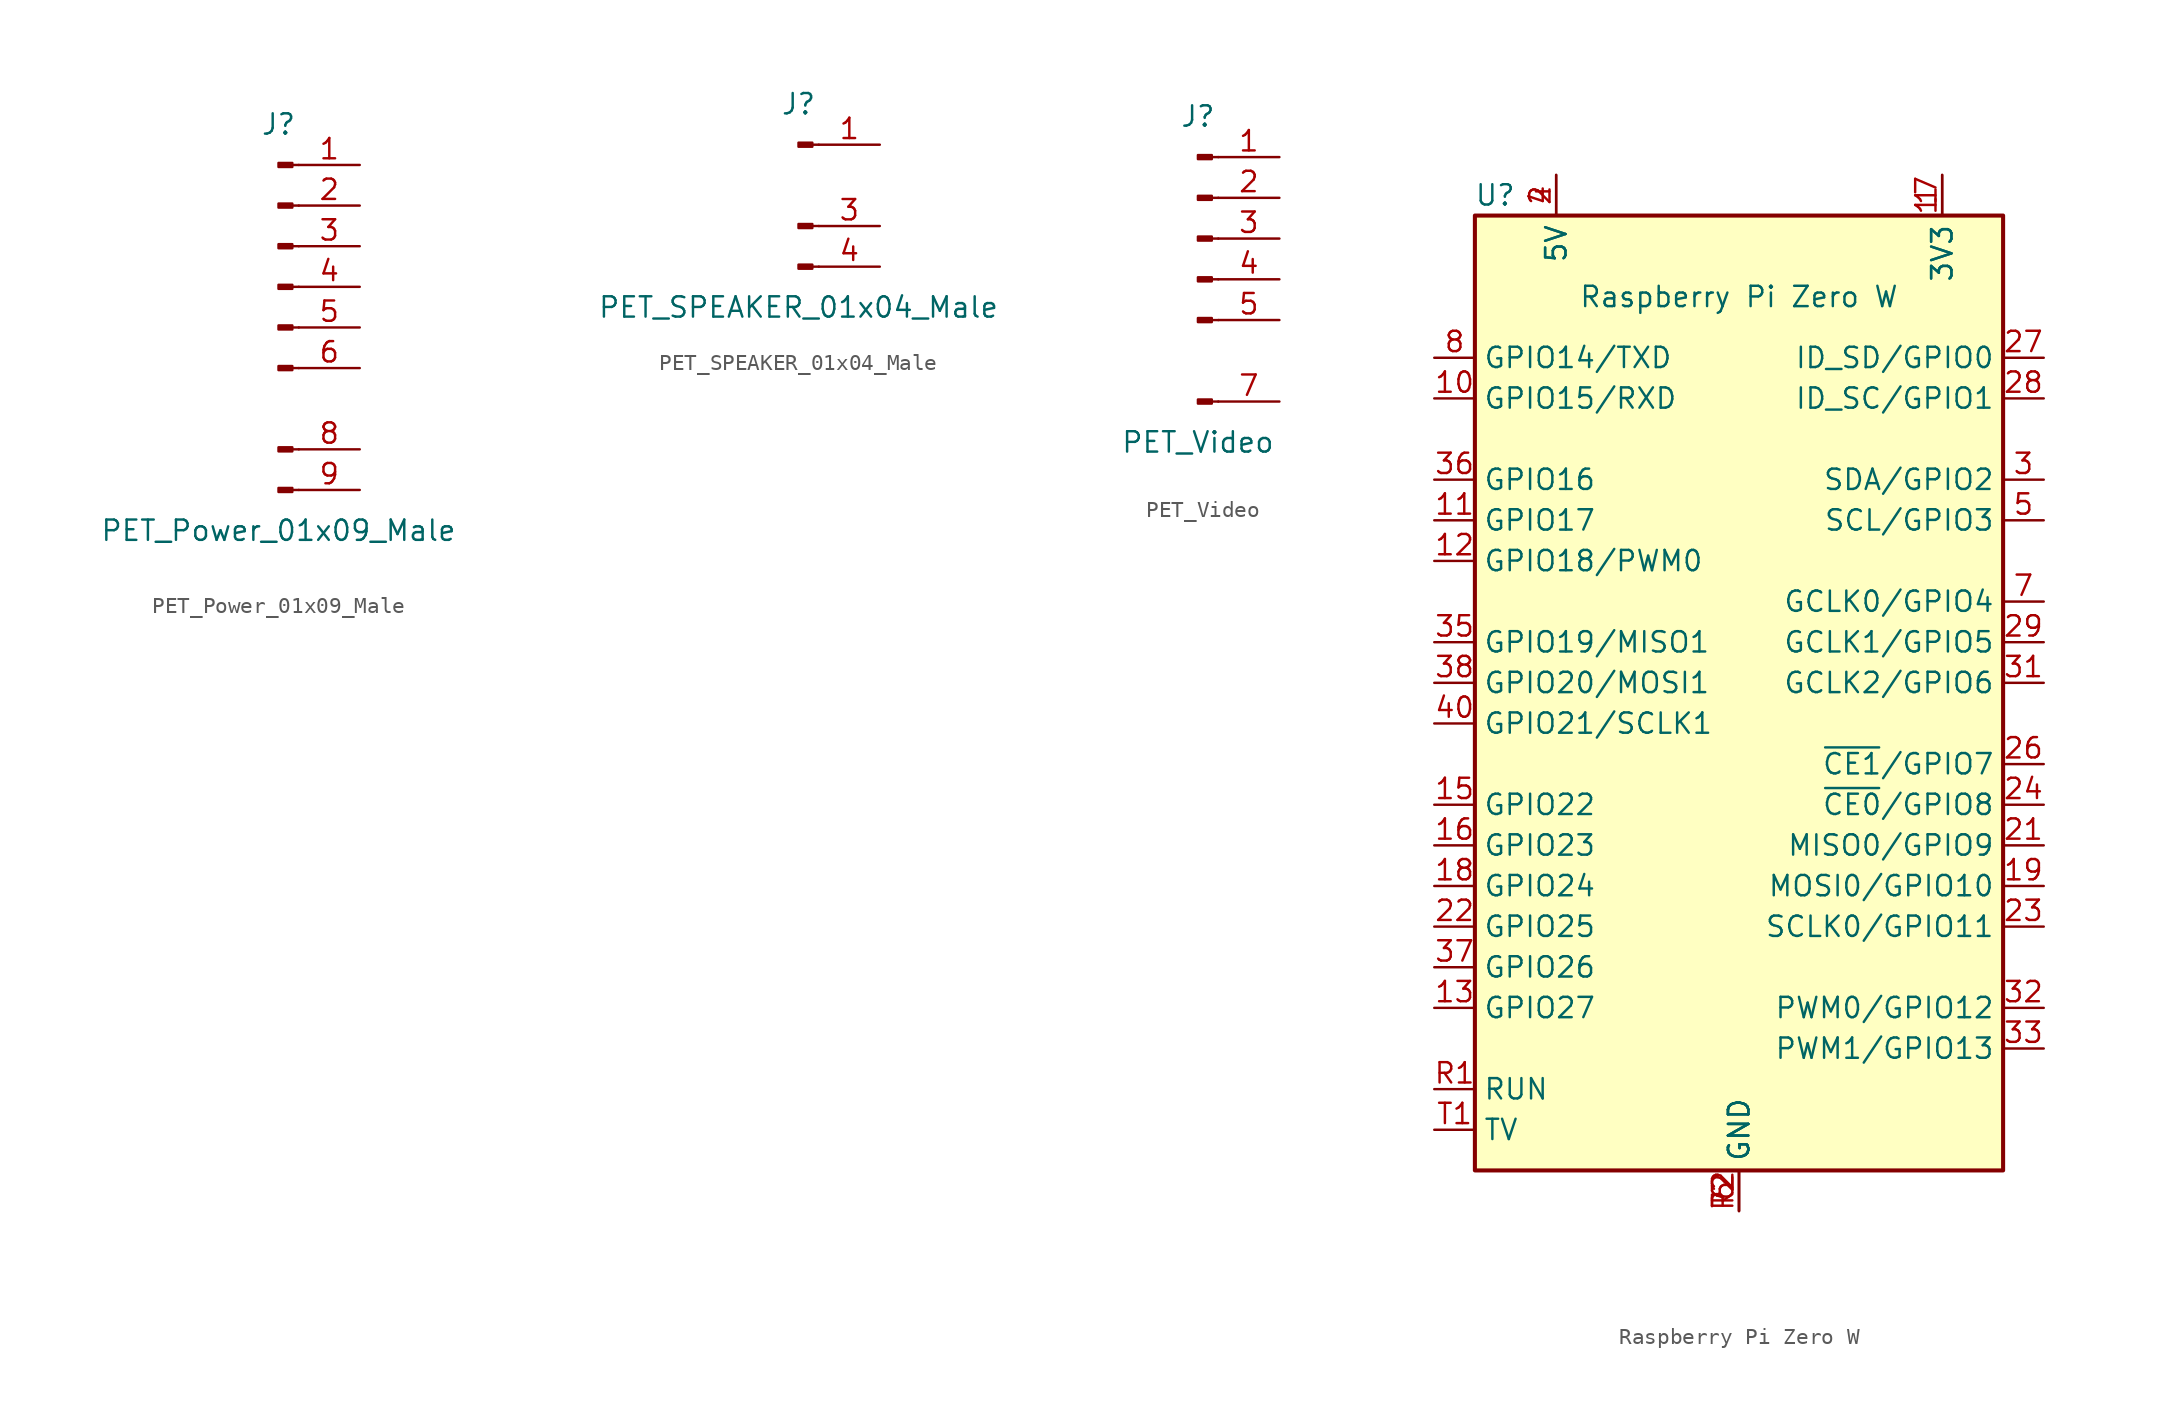
<source format=kicad_sym>
(kicad_symbol_lib
  (version 20211014)
  (generator kicad_symbol_editor)
  (symbol "PET_Power_01x09_Male"
    (pin_names
      (offset 1.016) hide)
    (property "Reference" "J"
      (at 0 12.7 0)
      (effects (font (size 1.27 1.27))))
    (property "Value" "PET_Power_01x09_Male"
      (at 0 -12.7 0)
      (effects (font (size 1.27 1.27))))
    (symbol "PET_Power_01x09_Male_1_1"
      (polyline (pts (xy 1.27 -10.16) (xy 0.864 -10.16)) (stroke (width 0.152) (type default) (color 0 0 0 0)) (fill (type none)))
      (polyline (pts (xy 1.27 -7.62) (xy 0.864 -7.62)) (stroke (width 0.152) (type default) (color 0 0 0 0)) (fill (type none)))
      (polyline (pts (xy 1.27 -2.54) (xy 0.864 -2.54)) (stroke (width 0.152) (type default) (color 0 0 0 0)) (fill (type none)))
      (polyline (pts (xy 1.27 0) (xy 0.864 0)) (stroke (width 0.152) (type default) (color 0 0 0 0)) (fill (type none)))
      (polyline (pts (xy 1.27 2.54) (xy 0.864 2.54)) (stroke (width 0.152) (type default) (color 0 0 0 0)) (fill (type none)))
      (polyline (pts (xy 1.27 5.08) (xy 0.864 5.08)) (stroke (width 0.152) (type default) (color 0 0 0 0)) (fill (type none)))
      (polyline (pts (xy 1.27 7.62) (xy 0.864 7.62)) (stroke (width 0.152) (type default) (color 0 0 0 0)) (fill (type none)))
      (polyline (pts (xy 1.27 10.16) (xy 0.864 10.16)) (stroke (width 0.152) (type default) (color 0 0 0 0)) (fill (type none)))
      (rectangle (start 0.864 -10.033) (end 0 -10.287) (stroke (width 0.152) (type default) (color 0 0 0 0)) (fill (type outline)))
      (rectangle (start 0.864 -7.493) (end 0 -7.747) (stroke (width 0.152) (type default) (color 0 0 0 0)) (fill (type outline)))
      (rectangle (start 0.864 -2.413) (end 0 -2.667) (stroke (width 0.152) (type default) (color 0 0 0 0)) (fill (type outline)))
      (rectangle (start 0.864 0.127) (end 0 -0.127) (stroke (width 0.152) (type default) (color 0 0 0 0)) (fill (type outline)))
      (rectangle (start 0.864 2.667) (end 0 2.413) (stroke (width 0.152) (type default) (color 0 0 0 0)) (fill (type outline)))
      (rectangle (start 0.864 5.207) (end 0 4.953) (stroke (width 0.152) (type default) (color 0 0 0 0)) (fill (type outline)))
      (rectangle (start 0.864 7.747) (end 0 7.493) (stroke (width 0.152) (type default) (color 0 0 0 0)) (fill (type outline)))
      (rectangle (start 0.864 10.287) (end 0 10.033) (stroke (width 0.152) (type default) (color 0 0 0 0)) (fill (type outline)))
      (pin passive line (at 5.08 10.16 180) (length 3.81) (name "Pin_1" (effects (font (size 1.27 1.27)))) (number "1" (effects (font (size 1.27 1.27)))))
      (pin passive line (at 5.08 7.62 180) (length 3.81) (name "Pin_2" (effects (font (size 1.27 1.27)))) (number "2" (effects (font (size 1.27 1.27)))))
      (pin passive line (at 5.08 5.08 180) (length 3.81) (name "Pin_3" (effects (font (size 1.27 1.27)))) (number "3" (effects (font (size 1.27 1.27)))))
      (pin passive line (at 5.08 2.54 180) (length 3.81) (name "Pin_4" (effects (font (size 1.27 1.27)))) (number "4" (effects (font (size 1.27 1.27)))))
      (pin passive line (at 5.08 0 180) (length 3.81) (name "Pin_5" (effects (font (size 1.27 1.27)))) (number "5" (effects (font (size 1.27 1.27)))))
      (pin passive line (at 5.08 -2.54 180) (length 3.81) (name "Pin_6" (effects (font (size 1.27 1.27)))) (number "6" (effects (font (size 1.27 1.27)))))
      (pin passive line (at 5.08 -7.62 180) (length 3.81) (name "Pin_8" (effects (font (size 1.27 1.27)))) (number "8" (effects (font (size 1.27 1.27)))))
      (pin passive line (at 5.08 -10.16 180) (length 3.81) (name "Pin_9" (effects (font (size 1.27 1.27)))) (number "9" (effects (font (size 1.27 1.27)))))))
  (symbol "PET_SPEAKER_01x04_Male"
    (pin_names
      (offset 1.016) hide)
    (property "Reference" "J"
      (at 0 5.08 0)
      (effects (font (size 1.27 1.27))))
    (property "Value" "PET_SPEAKER_01x04_Male"
      (at 0 -7.62 0)
      (effects (font (size 1.27 1.27))))
    (symbol "PET_SPEAKER_01x04_Male_1_1"
      (polyline (pts (xy 1.27 -5.08) (xy 0.864 -5.08)) (stroke (width 0.152) (type default) (color 0 0 0 0)) (fill (type none)))
      (polyline (pts (xy 1.27 -2.54) (xy 0.864 -2.54)) (stroke (width 0.152) (type default) (color 0 0 0 0)) (fill (type none)))
      (polyline (pts (xy 1.27 2.54) (xy 0.864 2.54)) (stroke (width 0.152) (type default) (color 0 0 0 0)) (fill (type none)))
      (rectangle (start 0.864 -4.953) (end 0 -5.207) (stroke (width 0.152) (type default) (color 0 0 0 0)) (fill (type outline)))
      (rectangle (start 0.864 -2.413) (end 0 -2.667) (stroke (width 0.152) (type default) (color 0 0 0 0)) (fill (type outline)))
      (rectangle (start 0.864 2.667) (end 0 2.413) (stroke (width 0.152) (type default) (color 0 0 0 0)) (fill (type outline)))
      (pin passive line (at 5.08 2.54 180) (length 3.81) (name "Pin_1" (effects (font (size 1.27 1.27)))) (number "1" (effects (font (size 1.27 1.27)))))
      (pin passive line (at 5.08 -2.54 180) (length 3.81) (name "Pin_3" (effects (font (size 1.27 1.27)))) (number "3" (effects (font (size 1.27 1.27)))))
      (pin passive line (at 5.08 -5.08 180) (length 3.81) (name "Pin_4" (effects (font (size 1.27 1.27)))) (number "4" (effects (font (size 1.27 1.27)))))))
  (symbol "PET_Video"
    (pin_names
      (offset 1.016) hide)
    (property "Reference" "J"
      (at 0 10.16 0)
      (effects (font (size 1.27 1.27))))
    (property "Value" "PET_Video"
      (at 0 -10.16 0)
      (effects (font (size 1.27 1.27))))
    (symbol "PET_Video_1_1"
      (polyline (pts (xy 1.27 -7.62) (xy 0.864 -7.62)) (stroke (width 0.152) (type default) (color 0 0 0 0)) (fill (type none)))
      (polyline (pts (xy 1.27 -2.54) (xy 0.864 -2.54)) (stroke (width 0.152) (type default) (color 0 0 0 0)) (fill (type none)))
      (polyline (pts (xy 1.27 0) (xy 0.864 0)) (stroke (width 0.152) (type default) (color 0 0 0 0)) (fill (type none)))
      (polyline (pts (xy 1.27 2.54) (xy 0.864 2.54)) (stroke (width 0.152) (type default) (color 0 0 0 0)) (fill (type none)))
      (polyline (pts (xy 1.27 5.08) (xy 0.864 5.08)) (stroke (width 0.152) (type default) (color 0 0 0 0)) (fill (type none)))
      (polyline (pts (xy 1.27 7.62) (xy 0.864 7.62)) (stroke (width 0.152) (type default) (color 0 0 0 0)) (fill (type none)))
      (rectangle (start 0.864 -7.493) (end 0 -7.747) (stroke (width 0.152) (type default) (color 0 0 0 0)) (fill (type outline)))
      (rectangle (start 0.864 -2.413) (end 0 -2.667) (stroke (width 0.152) (type default) (color 0 0 0 0)) (fill (type outline)))
      (rectangle (start 0.864 0.127) (end 0 -0.127) (stroke (width 0.152) (type default) (color 0 0 0 0)) (fill (type outline)))
      (rectangle (start 0.864 2.667) (end 0 2.413) (stroke (width 0.152) (type default) (color 0 0 0 0)) (fill (type outline)))
      (rectangle (start 0.864 5.207) (end 0 4.953) (stroke (width 0.152) (type default) (color 0 0 0 0)) (fill (type outline)))
      (rectangle (start 0.864 7.747) (end 0 7.493) (stroke (width 0.152) (type default) (color 0 0 0 0)) (fill (type outline)))
      (pin passive line (at 5.08 7.62 180) (length 3.81) (name "Pin_1" (effects (font (size 1.27 1.27)))) (number "1" (effects (font (size 1.27 1.27)))))
      (pin passive line (at 5.08 5.08 180) (length 3.81) (name "Pin_2" (effects (font (size 1.27 1.27)))) (number "2" (effects (font (size 1.27 1.27)))))
      (pin output line (at 5.08 2.54 180) (length 3.81) (name "VERT" (effects (font (size 1.27 1.27)))) (number "3" (effects (font (size 1.27 1.27)))))
      (pin passive line (at 5.08 0 180) (length 3.81) (name "Pin_4" (effects (font (size 1.27 1.27)))) (number "4" (effects (font (size 1.27 1.27)))))
      (pin output line (at 5.08 -2.54 180) (length 3.81) (name "HORIZ" (effects (font (size 1.27 1.27)))) (number "5" (effects (font (size 1.27 1.27)))))
      (pin output line (at 5.08 -7.62 180) (length 3.81) (name "~VIDEO" (effects (font (size 1.27 1.27)))) (number "7" (effects (font (size 1.27 1.27)))))))
  (symbol "Raspberry Pi Zero W"
    (property "Reference" "U"
      (at -15.24 29.21 0)
      (effects (font (size 1.27 1.27))))
    (property "Value" "Raspberry Pi Zero W"
      (at 0 22.86 0)
      (effects (font (size 1.27 1.27))))
    (symbol "Raspberry Pi Zero W_0_1"
      (rectangle (start -16.51 27.94) (end 16.51 -31.75) (stroke (width 0.254) (type default) (color 0 0 0 0)) (fill (type background))))
    (symbol "Raspberry Pi Zero W_1_1"
      (pin power_out line (at 12.7 30.48 270) (length 2.54) (name "3V3" (effects (font (size 1.27 1.27)))) (number "1" (effects (font (size 1.27 1.27)))))
      (pin bidirectional line (at -19.05 16.51 0) (length 2.54) (name "GPIO15/RXD" (effects (font (size 1.27 1.27)))) (number "10" (effects (font (size 1.27 1.27)))))
      (pin bidirectional line (at -19.05 8.89 0) (length 2.54) (name "GPIO17" (effects (font (size 1.27 1.27)))) (number "11" (effects (font (size 1.27 1.27)))))
      (pin bidirectional line (at -19.05 6.35 0) (length 2.54) (name "GPIO18/PWM0" (effects (font (size 1.27 1.27)))) (number "12" (effects (font (size 1.27 1.27)))))
      (pin bidirectional line (at -19.05 -21.59 0) (length 2.54) (name "GPIO27" (effects (font (size 1.27 1.27)))) (number "13" (effects (font (size 1.27 1.27)))))
      (pin passive line (at 0 -34.29 90) (length 2.54) hide (name "GND" (effects (font (size 1.27 1.27)))) (number "14" (effects (font (size 1.27 1.27)))))
      (pin bidirectional line (at -19.05 -8.89 0) (length 2.54) (name "GPIO22" (effects (font (size 1.27 1.27)))) (number "15" (effects (font (size 1.27 1.27)))))
      (pin bidirectional line (at -19.05 -11.43 0) (length 2.54) (name "GPIO23" (effects (font (size 1.27 1.27)))) (number "16" (effects (font (size 1.27 1.27)))))
      (pin passive line (at 12.7 30.48 270) (length 2.54) (name "3V3" (effects (font (size 1.27 1.27)))) (number "17" (effects (font (size 1.27 1.27)))))
      (pin bidirectional line (at -19.05 -13.97 0) (length 2.54) (name "GPIO24" (effects (font (size 1.27 1.27)))) (number "18" (effects (font (size 1.27 1.27)))))
      (pin bidirectional line (at 19.05 -13.97 180) (length 2.54) (name "MOSI0/GPIO10" (effects (font (size 1.27 1.27)))) (number "19" (effects (font (size 1.27 1.27)))))
      (pin power_in line (at -11.43 30.48 270) (length 2.54) (name "5V" (effects (font (size 1.27 1.27)))) (number "2" (effects (font (size 1.27 1.27)))))
      (pin passive line (at 0 -34.29 90) (length 2.54) hide (name "GND" (effects (font (size 1.27 1.27)))) (number "20" (effects (font (size 1.27 1.27)))))
      (pin bidirectional line (at 19.05 -11.43 180) (length 2.54) (name "MISO0/GPIO9" (effects (font (size 1.27 1.27)))) (number "21" (effects (font (size 1.27 1.27)))))
      (pin bidirectional line (at -19.05 -16.51 0) (length 2.54) (name "GPIO25" (effects (font (size 1.27 1.27)))) (number "22" (effects (font (size 1.27 1.27)))))
      (pin bidirectional line (at 19.05 -16.51 180) (length 2.54) (name "SCLK0/GPIO11" (effects (font (size 1.27 1.27)))) (number "23" (effects (font (size 1.27 1.27)))))
      (pin bidirectional line (at 19.05 -8.89 180) (length 2.54) (name "~{CE0}/GPIO8" (effects (font (size 1.27 1.27)))) (number "24" (effects (font (size 1.27 1.27)))))
      (pin passive line (at 0 -34.29 90) (length 2.54) hide (name "GND" (effects (font (size 1.27 1.27)))) (number "25" (effects (font (size 1.27 1.27)))))
      (pin bidirectional line (at 19.05 -6.35 180) (length 2.54) (name "~{CE1}/GPIO7" (effects (font (size 1.27 1.27)))) (number "26" (effects (font (size 1.27 1.27)))))
      (pin bidirectional line (at 19.05 19.05 180) (length 2.54) (name "ID_SD/GPIO0" (effects (font (size 1.27 1.27)))) (number "27" (effects (font (size 1.27 1.27)))))
      (pin bidirectional line (at 19.05 16.51 180) (length 2.54) (name "ID_SC/GPIO1" (effects (font (size 1.27 1.27)))) (number "28" (effects (font (size 1.27 1.27)))))
      (pin bidirectional line (at 19.05 1.27 180) (length 2.54) (name "GCLK1/GPIO5" (effects (font (size 1.27 1.27)))) (number "29" (effects (font (size 1.27 1.27)))))
      (pin bidirectional line (at 19.05 11.43 180) (length 2.54) (name "SDA/GPIO2" (effects (font (size 1.27 1.27)))) (number "3" (effects (font (size 1.27 1.27)))))
      (pin passive line (at 0 -34.29 90) (length 2.54) hide (name "GND" (effects (font (size 1.27 1.27)))) (number "30" (effects (font (size 1.27 1.27)))))
      (pin bidirectional line (at 19.05 -1.27 180) (length 2.54) (name "GCLK2/GPIO6" (effects (font (size 1.27 1.27)))) (number "31" (effects (font (size 1.27 1.27)))))
      (pin bidirectional line (at 19.05 -21.59 180) (length 2.54) (name "PWM0/GPIO12" (effects (font (size 1.27 1.27)))) (number "32" (effects (font (size 1.27 1.27)))))
      (pin bidirectional line (at 19.05 -24.13 180) (length 2.54) (name "PWM1/GPIO13" (effects (font (size 1.27 1.27)))) (number "33" (effects (font (size 1.27 1.27)))))
      (pin passive line (at 0 -34.29 90) (length 2.54) hide (name "GND" (effects (font (size 1.27 1.27)))) (number "34" (effects (font (size 1.27 1.27)))))
      (pin bidirectional line (at -19.05 1.27 0) (length 2.54) (name "GPIO19/MISO1" (effects (font (size 1.27 1.27)))) (number "35" (effects (font (size 1.27 1.27)))))
      (pin bidirectional line (at -19.05 11.43 0) (length 2.54) (name "GPIO16" (effects (font (size 1.27 1.27)))) (number "36" (effects (font (size 1.27 1.27)))))
      (pin bidirectional line (at -19.05 -19.05 0) (length 2.54) (name "GPIO26" (effects (font (size 1.27 1.27)))) (number "37" (effects (font (size 1.27 1.27)))))
      (pin bidirectional line (at -19.05 -1.27 0) (length 2.54) (name "GPIO20/MOSI1" (effects (font (size 1.27 1.27)))) (number "38" (effects (font (size 1.27 1.27)))))
      (pin passive line (at 0 -34.29 90) (length 2.54) hide (name "GND" (effects (font (size 1.27 1.27)))) (number "39" (effects (font (size 1.27 1.27)))))
      (pin power_in line (at -11.43 30.48 270) (length 2.54) (name "5V" (effects (font (size 1.27 1.27)))) (number "4" (effects (font (size 1.27 1.27)))))
      (pin bidirectional line (at -19.05 -3.81 0) (length 2.54) (name "GPIO21/SCLK1" (effects (font (size 1.27 1.27)))) (number "40" (effects (font (size 1.27 1.27)))))
      (pin bidirectional line (at 19.05 8.89 180) (length 2.54) (name "SCL/GPIO3" (effects (font (size 1.27 1.27)))) (number "5" (effects (font (size 1.27 1.27)))))
      (pin power_in line (at 0 -34.29 90) (length 2.54) (name "GND" (effects (font (size 1.27 1.27)))) (number "6" (effects (font (size 1.27 1.27)))))
      (pin bidirectional line (at 19.05 3.81 180) (length 2.54) (name "GCLK0/GPIO4" (effects (font (size 1.27 1.27)))) (number "7" (effects (font (size 1.27 1.27)))))
      (pin bidirectional line (at -19.05 19.05 0) (length 2.54) (name "GPIO14/TXD" (effects (font (size 1.27 1.27)))) (number "8" (effects (font (size 1.27 1.27)))))
      (pin passive line (at 0 -34.29 90) (length 2.54) hide (name "GND" (effects (font (size 1.27 1.27)))) (number "9" (effects (font (size 1.27 1.27)))))
      (pin input line (at -19.05 -26.67 0) (length 2.54) (name "RUN" (effects (font (size 1.27 1.27)))) (number "R1" (effects (font (size 1.27 1.27)))))
      (pin passive line (at 0 -34.29 90) (length 2.54) (name "GND" (effects (font (size 1.27 1.27)))) (number "R2" (effects (font (size 1.27 1.27)))))
      (pin output line (at -19.05 -29.21 0) (length 2.54) (name "TV" (effects (font (size 1.27 1.27)))) (number "T1" (effects (font (size 1.27 1.27)))))
      (pin passive line (at 0 -34.29 90) (length 2.54) (name "GND" (effects (font (size 1.27 1.27)))) (number "T2" (effects (font (size 1.27 1.27))))))))
</source>
